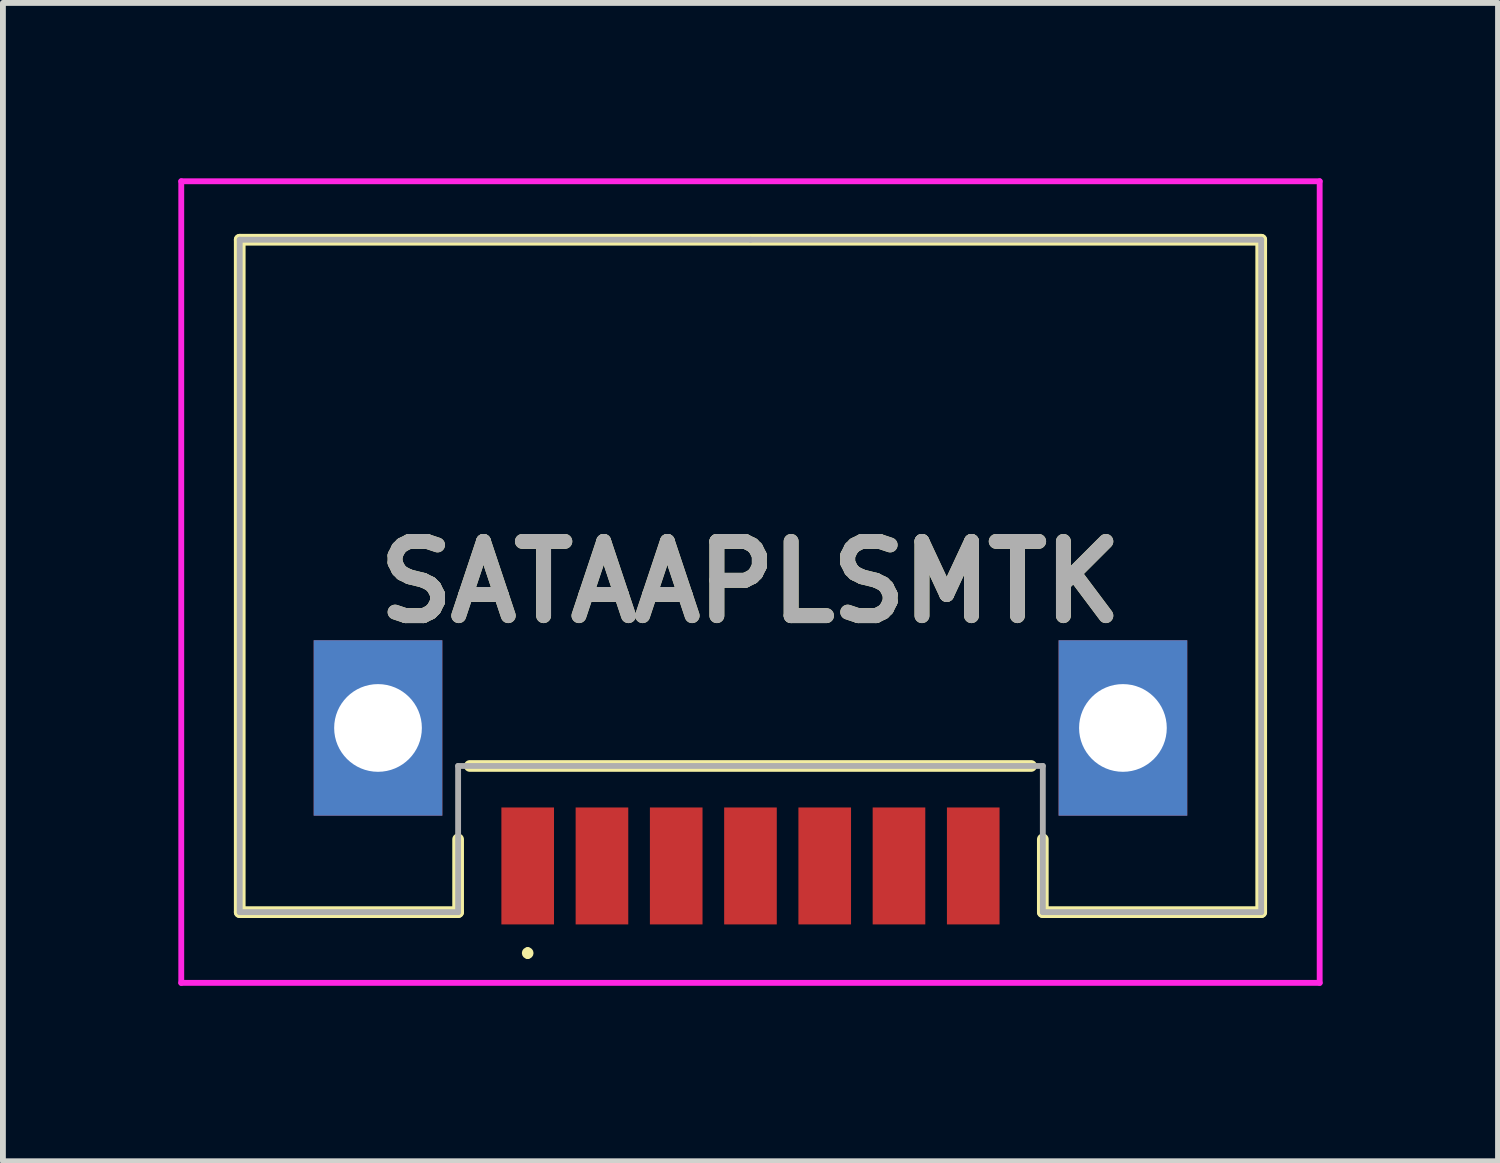
<source format=kicad_pcb>
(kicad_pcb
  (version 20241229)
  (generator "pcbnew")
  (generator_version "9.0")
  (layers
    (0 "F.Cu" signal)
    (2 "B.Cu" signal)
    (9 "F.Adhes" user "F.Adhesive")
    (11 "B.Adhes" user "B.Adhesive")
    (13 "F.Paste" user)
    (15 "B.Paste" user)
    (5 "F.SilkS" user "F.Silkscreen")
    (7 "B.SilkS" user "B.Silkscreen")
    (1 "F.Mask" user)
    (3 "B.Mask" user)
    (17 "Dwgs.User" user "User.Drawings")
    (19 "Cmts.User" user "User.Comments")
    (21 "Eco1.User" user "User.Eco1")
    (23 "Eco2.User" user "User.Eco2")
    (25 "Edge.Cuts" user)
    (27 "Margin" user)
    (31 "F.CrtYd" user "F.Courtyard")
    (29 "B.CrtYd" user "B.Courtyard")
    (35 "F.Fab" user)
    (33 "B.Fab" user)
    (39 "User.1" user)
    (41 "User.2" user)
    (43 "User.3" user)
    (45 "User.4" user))
  (footprint "SATAAPLSMTK"
    (layer "F.Cu")
    (at 9.785 6.8)
    (property "Reference" "SATAAPLSMTK" (at 0 0.105 0) (layer "F.SilkS") (effects (font (size 1.27 1.27) (thickness 0.254))))
    (attr through_hole)
    (fp_line (start -8.735 -5.75) (end -8.735 5.75) (stroke (width 0.2) (type solid)) (layer "F.SilkS"))
    (fp_line (start -8.735 5.75) (end -5 5.75) (stroke (width 0.2) (type solid)) (layer "F.SilkS"))
    (fp_line (start -5 5.75) (end -5 4.505) (stroke (width 0.2) (type solid)) (layer "F.SilkS"))
    (fp_line (start -4.8 3.25) (end 4.8 3.25) (stroke (width 0.2) (type solid)) (layer "F.SilkS"))
    (fp_line (start -3.81 6.4) (end -3.81 6.4) (stroke (width 0.1) (type solid)) (layer "F.SilkS"))
    (fp_line (start -3.81 6.5) (end -3.81 6.5) (stroke (width 0.1) (type solid)) (layer "F.SilkS"))
    (fp_line (start 5 4.505) (end 5 5.75) (stroke (width 0.2) (type solid)) (layer "F.SilkS"))
    (fp_line (start 5 5.75) (end 8.735 5.75) (stroke (width 0.2) (type solid)) (layer "F.SilkS"))
    (fp_line (start 8.735 -5.75) (end -8.735 -5.75) (stroke (width 0.2) (type solid)) (layer "F.SilkS"))
    (fp_line (start 8.735 5.75) (end 8.735 -5.75) (stroke (width 0.2) (type solid)) (layer "F.SilkS"))
    (fp_arc (start -3.81 6.4) (mid -3.76 6.45) (end -3.81 6.5) (stroke (width 0.1) (type solid)) (layer "F.SilkS"))
    (fp_arc (start -3.81 6.5) (mid -3.86 6.45) (end -3.81 6.4) (stroke (width 0.1) (type solid)) (layer "F.SilkS"))
    (fp_line (start -9.735 -6.75) (end 9.735 -6.75) (stroke (width 0.1) (type solid)) (layer "F.CrtYd"))
    (fp_line (start -9.735 6.96) (end -9.735 -6.75) (stroke (width 0.1) (type solid)) (layer "F.CrtYd"))
    (fp_line (start 9.735 -6.75) (end 9.735 6.96) (stroke (width 0.1) (type solid)) (layer "F.CrtYd"))
    (fp_line (start 9.735 6.96) (end -9.735 6.96) (stroke (width 0.1) (type solid)) (layer "F.CrtYd"))
    (fp_line (start -8.735 -5.75) (end 0 -5.75) (stroke (width 0.1) (type solid)) (layer "F.Fab"))
    (fp_line (start -8.735 5.75) (end -8.735 -5.75) (stroke (width 0.1) (type solid)) (layer "F.Fab"))
    (fp_line (start -5 3.25) (end -5 5.75) (stroke (width 0.1) (type solid)) (layer "F.Fab"))
    (fp_line (start -5 5.75) (end -8.735 5.75) (stroke (width 0.1) (type solid)) (layer "F.Fab"))
    (fp_line (start 0 -5.75) (end 8.735 -5.75) (stroke (width 0.1) (type solid)) (layer "F.Fab"))
    (fp_line (start 5 3.25) (end -5 3.25) (stroke (width 0.1) (type solid)) (layer "F.Fab"))
    (fp_line (start 5 5.75) (end 5 3.25) (stroke (width 0.1) (type solid)) (layer "F.Fab"))
    (fp_line (start 8.735 -5.75) (end 8.735 5.75) (stroke (width 0.1) (type solid)) (layer "F.Fab"))
    (fp_line (start 8.735 5.75) (end 5 5.75) (stroke (width 0.1) (type solid)) (layer "F.Fab"))
    (fp_text user "${REFERENCE}" (at 0 0.105 0) (layer "F.Fab") (effects (font (size 1.27 1.27) (thickness 0.254))))
    (pad "1" thru_hole rect (at -6.37 2.6) (size 2.2 3) (drill 1.5) (layers "*.Cu" "*.Mask"))
    (pad "2" thru_hole rect (at 6.37 2.6) (size 2.2 3) (drill 1.5) (layers "*.Cu" "*.Mask"))
    (pad "S1" smd rect (at -3.81 4.96) (size 0.9 2) (layers "F.Cu" "F.Mask" "F.Paste"))
    (pad "S2" smd rect (at -2.54 4.96) (size 0.9 2) (layers "F.Cu" "F.Mask" "F.Paste"))
    (pad "S3" smd rect (at -1.27 4.96) (size 0.9 2) (layers "F.Cu" "F.Mask" "F.Paste"))
    (pad "S4" smd rect (at 0 4.96) (size 0.9 2) (layers "F.Cu" "F.Mask" "F.Paste"))
    (pad "S5" smd rect (at 1.27 4.96) (size 0.9 2) (layers "F.Cu" "F.Mask" "F.Paste"))
    (pad "S6" smd rect (at 2.54 4.96) (size 0.9 2) (layers "F.Cu" "F.Mask" "F.Paste"))
    (pad "S7" smd rect (at 3.81 4.96) (size 0.9 2) (layers "F.Cu" "F.Mask" "F.Paste")))
  (gr_rect
    (start -3 -3)
    (end 22.57 16.81)
    (stroke (width 0.1) (type default))
    (fill no)
    (layer "Edge.Cuts")))
</source>
